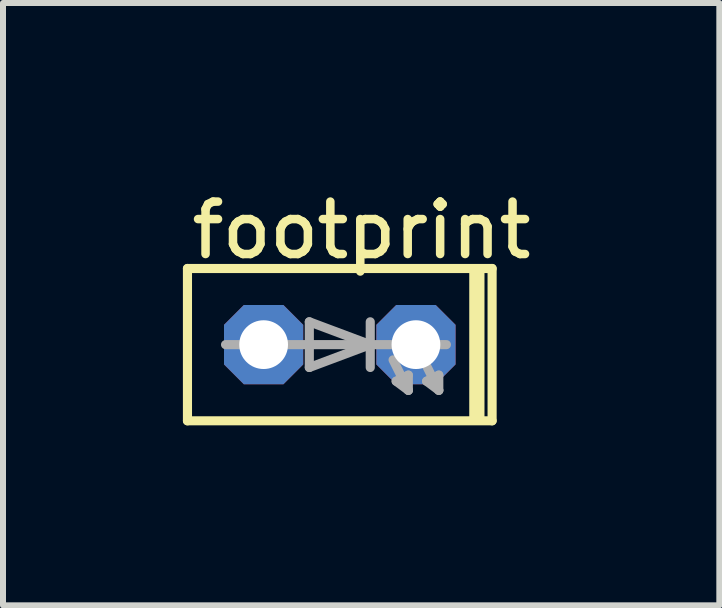
<source format=kicad_pcb>
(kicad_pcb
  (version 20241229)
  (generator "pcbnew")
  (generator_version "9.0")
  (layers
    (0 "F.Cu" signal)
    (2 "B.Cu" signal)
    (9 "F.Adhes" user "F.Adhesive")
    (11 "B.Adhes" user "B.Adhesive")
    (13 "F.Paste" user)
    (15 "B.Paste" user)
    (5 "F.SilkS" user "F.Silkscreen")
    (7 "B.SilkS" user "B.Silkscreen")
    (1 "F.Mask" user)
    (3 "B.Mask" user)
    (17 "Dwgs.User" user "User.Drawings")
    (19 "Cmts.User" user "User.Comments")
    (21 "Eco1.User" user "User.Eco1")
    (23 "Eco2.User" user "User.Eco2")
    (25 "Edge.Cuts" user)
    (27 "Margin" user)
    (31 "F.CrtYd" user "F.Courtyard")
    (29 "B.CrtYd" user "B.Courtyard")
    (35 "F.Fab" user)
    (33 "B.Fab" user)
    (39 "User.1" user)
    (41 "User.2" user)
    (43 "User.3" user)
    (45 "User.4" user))
  (footprint "footprint"
    (layer "F.Cu")
    (at 2.616 2.697)
    (property "Reference" "footprint" (at -2.54 -1.397 0) (layer "F.SilkS") (effects (font (size 0.874 0.874) (thickness 0.142)) (justify left bottom)))
    (fp_line (start -2.54 1.27) (end -2.54 -1.27) (stroke (width 0.152) (type solid)) (layer "F.SilkS"))
    (fp_line (start -2.54 1.27) (end 2.54 1.27) (stroke (width 0.152) (type solid)) (layer "F.SilkS"))
    (fp_line (start 2.54 -1.27) (end -2.54 -1.27) (stroke (width 0.152) (type solid)) (layer "F.SilkS"))
    (fp_line (start 2.54 -1.27) (end 2.54 1.27) (stroke (width 0.152) (type solid)) (layer "F.SilkS"))
    (fp_poly (pts (xy 2.159 1.27) (xy 2.413 1.27) (xy 2.413 -1.27) (xy 2.159 -1.27)) (stroke (width 0) (type solid)) (fill yes) (layer "F.SilkS"))
    (fp_line (start -1.905 0) (end 0.508 0) (stroke (width 0.152) (type solid)) (layer "F.Fab"))
    (fp_line (start -0.508 -0.381) (end -0.508 0.381) (stroke (width 0.152) (type solid)) (layer "F.Fab"))
    (fp_line (start -0.508 -0.381) (end 0.508 0) (stroke (width 0.152) (type solid)) (layer "F.Fab"))
    (fp_line (start 0.508 -0.381) (end 0.508 0) (stroke (width 0.152) (type solid)) (layer "F.Fab"))
    (fp_line (start 0.508 0) (end -0.508 0.381) (stroke (width 0.152) (type solid)) (layer "F.Fab"))
    (fp_line (start 0.508 0) (end 0.508 0.381) (stroke (width 0.152) (type solid)) (layer "F.Fab"))
    (fp_line (start 0.508 0) (end 1.778 0) (stroke (width 0.152) (type solid)) (layer "F.Fab"))
    (fp_line (start 0.889 0.254) (end 1.143 0.762) (stroke (width 0.152) (type solid)) (layer "F.Fab"))
    (fp_line (start 0.94 0.61) (end 1.143 0.508) (stroke (width 0.152) (type solid)) (layer "F.Fab"))
    (fp_line (start 1.143 0.762) (end 0.94 0.61) (stroke (width 0.152) (type solid)) (layer "F.Fab"))
    (fp_line (start 1.143 0.762) (end 1.143 0.508) (stroke (width 0.152) (type solid)) (layer "F.Fab"))
    (fp_line (start 1.397 0.254) (end 1.651 0.762) (stroke (width 0.152) (type solid)) (layer "F.Fab"))
    (fp_line (start 1.448 0.61) (end 1.651 0.508) (stroke (width 0.152) (type solid)) (layer "F.Fab"))
    (fp_line (start 1.651 0.762) (end 1.448 0.61) (stroke (width 0.152) (type solid)) (layer "F.Fab"))
    (fp_line (start 1.651 0.762) (end 1.651 0.508) (stroke (width 0.152) (type solid)) (layer "F.Fab"))
    (pad "A" thru_hole roundrect (at -1.27 0) (size 1.321 1.321) (drill 0.813) (layers "*.Cu" "*.Mask") (roundrect_rratio 0.25) (chamfer_ratio 0.25) (chamfer top_left top_right bottom_left bottom_right))
    (pad "K" thru_hole roundrect (at 1.27 0) (size 1.321 1.321) (drill 0.813) (layers "*.Cu" "*.Mask") (roundrect_rratio 0.25) (chamfer_ratio 0.25) (chamfer top_left top_right bottom_left bottom_right)))
  (gr_rect
    (start -3 -3)
    (end 8.945 7.044)
    (stroke (width 0.1) (type default))
    (fill no)
    (layer "Edge.Cuts")))
</source>
